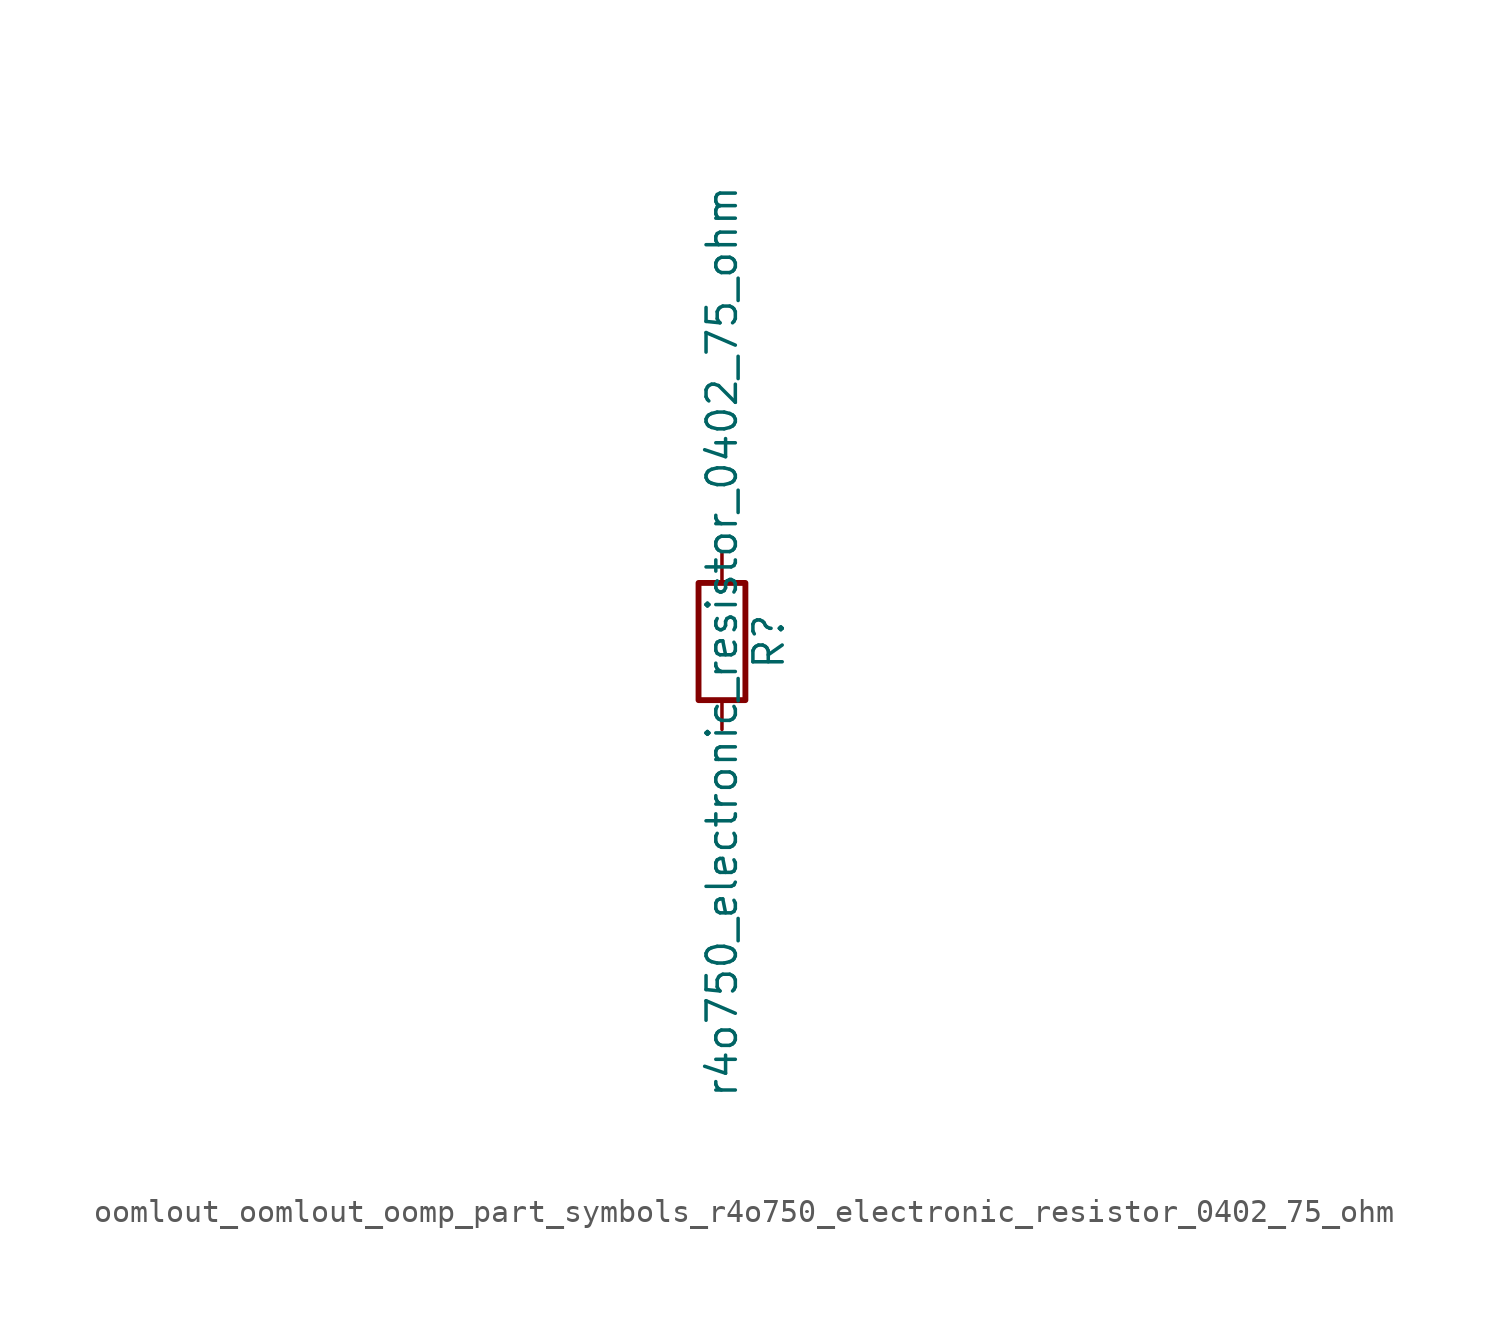
<source format=kicad_sym>
(kicad_symbol_lib
  (version 20220914)
  (generator kicad_symbol_editor)
  (symbol "oomlout_oomlout_oomp_part_symbols_r4o750_electronic_resistor_0402_75_ohm"
    (pin_numbers hide)
    (pin_names
      (offset 0))
    (property "Reference" "R"
      (at 2.032 0 90)
      (effects (font (size 1.27 1.27))))
    (property "Value" "r4o750_electronic_resistor_0402_75_ohm"
      (at 0 0 90)
      (effects (font (size 1.27 1.27))))
    (symbol "oomlout_oomlout_oomp_part_symbols_r4o750_electronic_resistor_0402_75_ohm_0_1"
      (rectangle (start -1.016 -2.54) (end 1.016 2.54) (stroke (width 0.254) (type default)) (fill (type none))))
    (symbol "oomlout_oomlout_oomp_part_symbols_r4o750_electronic_resistor_0402_75_ohm_1_1"
      (pin passive line (at 0 3.81 270) (length 1.27) (name "~" (effects (font (size 1.27 1.27)))) (number "1" (effects (font (size 1.27 1.27)))))
      (pin passive line (at 0 -3.81 90) (length 1.27) (name "~" (effects (font (size 1.27 1.27)))) (number "2" (effects (font (size 1.27 1.27))))))))
</source>
